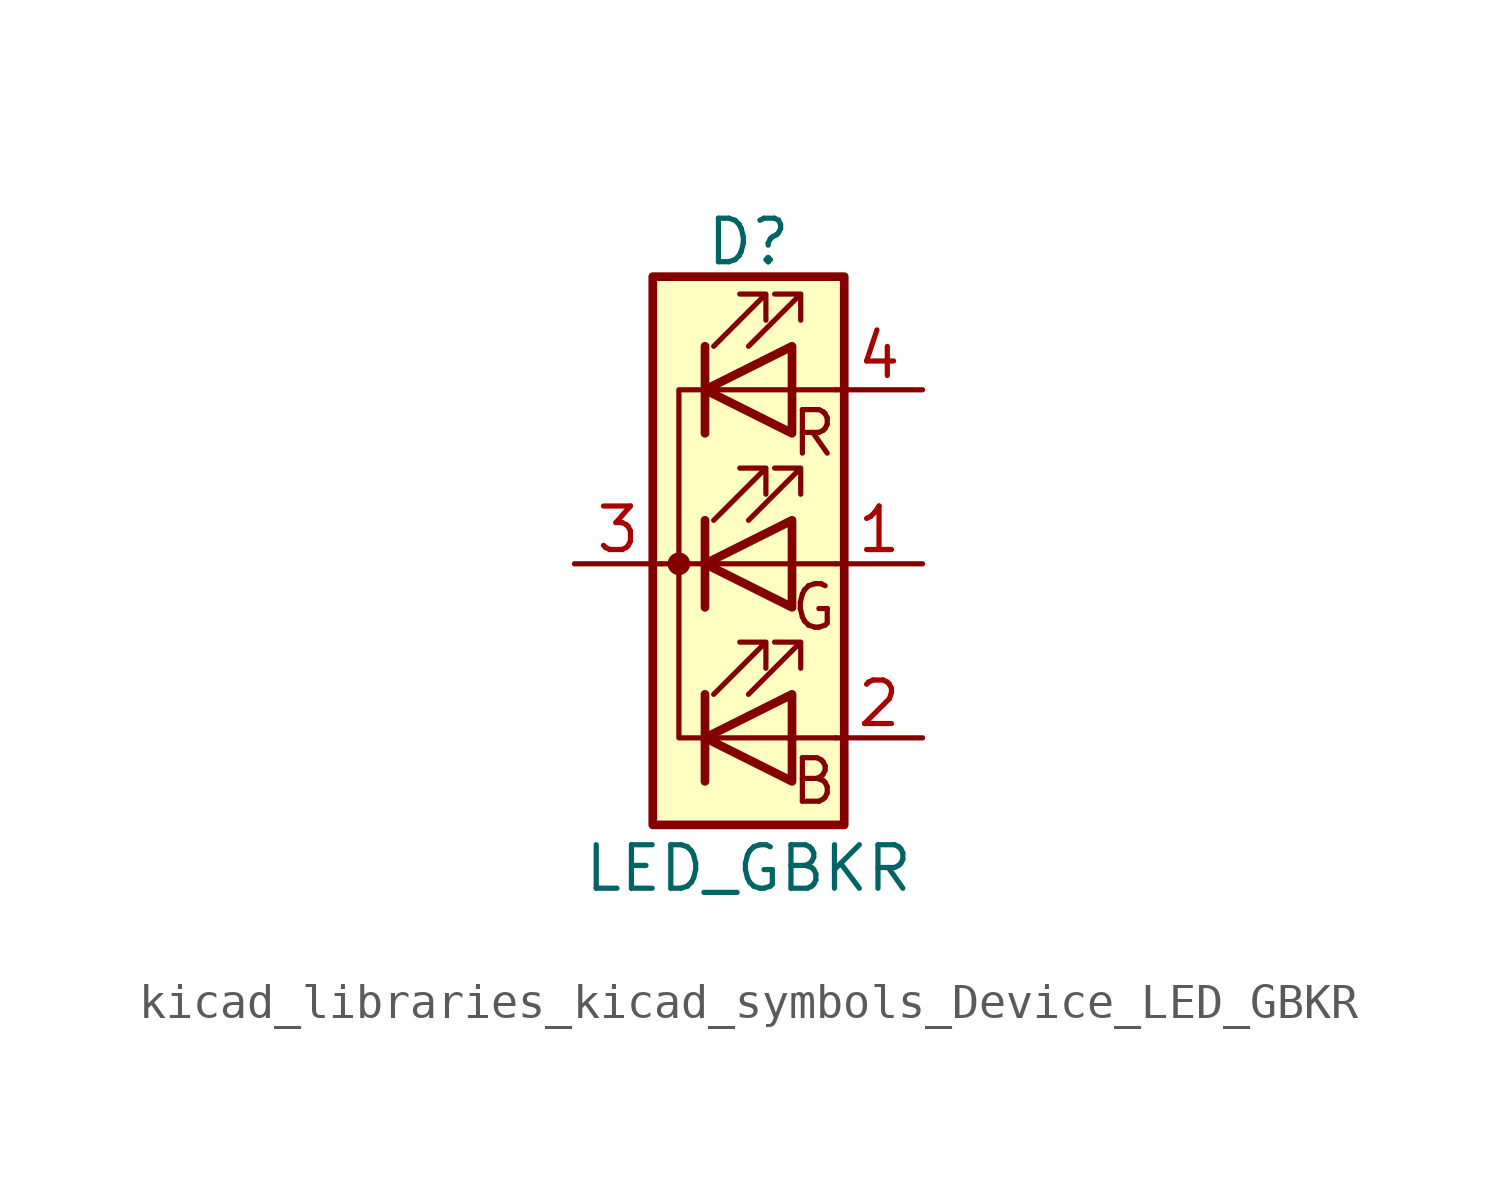
<source format=kicad_sym>
(kicad_symbol_lib
  (version 20220914)
  (generator kicad_symbol_editor)
  (symbol "kicad_libraries_kicad_symbols_Device_LED_GBKR"
    (pin_names
      (offset 0) hide)
    (property "Reference" "D"
      (at 0 9.398 0)
      (effects (font (size 1.27 1.27))))
    (property "Value" "LED_GBKR"
      (at 0 -8.89 0)
      (effects (font (size 1.27 1.27))))
    (symbol "kicad_libraries_kicad_symbols_Device_LED_GBKR_0_0"
      (text "B" (at 1.905 -6.35 0) (effects (font (size 1.27 1.27))))
      (text "G" (at 1.905 -1.27 0) (effects (font (size 1.27 1.27))))
      (text "R" (at 1.905 3.81 0) (effects (font (size 1.27 1.27)))))
    (symbol "kicad_libraries_kicad_symbols_Device_LED_GBKR_0_1"
      (circle (center -2.032 0) (radius 0.254) (stroke (width 0) (type default)) (fill (type outline)))
      (polyline (pts (xy -1.27 -5.08) (xy 1.27 -5.08)) (stroke (width 0) (type default)) (fill (type none)))
      (polyline (pts (xy -1.27 -3.81) (xy -1.27 -6.35)) (stroke (width 0.254) (type default)) (fill (type none)))
      (polyline (pts (xy -1.27 0) (xy -2.54 0)) (stroke (width 0) (type default)) (fill (type none)))
      (polyline (pts (xy -1.27 1.27) (xy -1.27 -1.27)) (stroke (width 0.254) (type default)) (fill (type none)))
      (polyline (pts (xy -1.27 5.08) (xy 1.27 5.08)) (stroke (width 0) (type default)) (fill (type none)))
      (polyline (pts (xy -1.27 6.35) (xy -1.27 3.81)) (stroke (width 0.254) (type default)) (fill (type none)))
      (polyline (pts (xy 1.27 -5.08) (xy 2.54 -5.08)) (stroke (width 0) (type default)) (fill (type none)))
      (polyline (pts (xy 1.27 0) (xy -1.27 0)) (stroke (width 0) (type default)) (fill (type none)))
      (polyline (pts (xy 1.27 0) (xy 2.54 0)) (stroke (width 0) (type default)) (fill (type none)))
      (polyline (pts (xy 1.27 5.08) (xy 2.54 5.08)) (stroke (width 0) (type default)) (fill (type none)))
      (polyline (pts (xy -1.27 1.27) (xy -1.27 -1.27) (xy -1.27 -1.27)) (stroke (width 0) (type default)) (fill (type none)))
      (polyline (pts (xy -1.27 6.35) (xy -1.27 3.81) (xy -1.27 3.81)) (stroke (width 0) (type default)) (fill (type none)))
      (polyline (pts (xy -1.27 5.08) (xy -2.032 5.08) (xy -2.032 -5.08) (xy -1.016 -5.08)) (stroke (width 0) (type default)) (fill (type none)))
      (polyline (pts (xy 1.27 -3.81) (xy 1.27 -6.35) (xy -1.27 -5.08) (xy 1.27 -3.81)) (stroke (width 0.254) (type default)) (fill (type none)))
      (polyline (pts (xy 1.27 1.27) (xy 1.27 -1.27) (xy -1.27 0) (xy 1.27 1.27)) (stroke (width 0.254) (type default)) (fill (type none)))
      (polyline (pts (xy 1.27 6.35) (xy 1.27 3.81) (xy -1.27 5.08) (xy 1.27 6.35)) (stroke (width 0.254) (type default)) (fill (type none)))
      (polyline (pts (xy -1.016 -3.81) (xy 0.508 -2.286) (xy -0.254 -2.286) (xy 0.508 -2.286) (xy 0.508 -3.048)) (stroke (width 0) (type default)) (fill (type none)))
      (polyline (pts (xy -1.016 1.27) (xy 0.508 2.794) (xy -0.254 2.794) (xy 0.508 2.794) (xy 0.508 2.032)) (stroke (width 0) (type default)) (fill (type none)))
      (polyline (pts (xy -1.016 6.35) (xy 0.508 7.874) (xy -0.254 7.874) (xy 0.508 7.874) (xy 0.508 7.112)) (stroke (width 0) (type default)) (fill (type none)))
      (polyline (pts (xy 0 -3.81) (xy 1.524 -2.286) (xy 0.762 -2.286) (xy 1.524 -2.286) (xy 1.524 -3.048)) (stroke (width 0) (type default)) (fill (type none)))
      (polyline (pts (xy 0 1.27) (xy 1.524 2.794) (xy 0.762 2.794) (xy 1.524 2.794) (xy 1.524 2.032)) (stroke (width 0) (type default)) (fill (type none)))
      (polyline (pts (xy 0 6.35) (xy 1.524 7.874) (xy 0.762 7.874) (xy 1.524 7.874) (xy 1.524 7.112)) (stroke (width 0) (type default)) (fill (type none)))
      (rectangle (start 1.27 -1.27) (end 1.27 1.27) (stroke (width 0) (type default)) (fill (type none)))
      (rectangle (start 1.27 1.27) (end 1.27 1.27) (stroke (width 0) (type default)) (fill (type none)))
      (rectangle (start 1.27 3.81) (end 1.27 6.35) (stroke (width 0) (type default)) (fill (type none)))
      (rectangle (start 1.27 6.35) (end 1.27 6.35) (stroke (width 0) (type default)) (fill (type none)))
      (rectangle (start 2.794 8.382) (end -2.794 -7.62) (stroke (width 0.254) (type default)) (fill (type background))))
    (symbol "kicad_libraries_kicad_symbols_Device_LED_GBKR_1_1"
      (pin passive line (at 5.08 0 180) (length 2.54) (name "GA" (effects (font (size 1.27 1.27)))) (number "1" (effects (font (size 1.27 1.27)))))
      (pin passive line (at 5.08 -5.08 180) (length 2.54) (name "BA" (effects (font (size 1.27 1.27)))) (number "2" (effects (font (size 1.27 1.27)))))
      (pin passive line (at -5.08 0 0) (length 2.54) (name "K" (effects (font (size 1.27 1.27)))) (number "3" (effects (font (size 1.27 1.27)))))
      (pin passive line (at 5.08 5.08 180) (length 2.54) (name "RA" (effects (font (size 1.27 1.27)))) (number "4" (effects (font (size 1.27 1.27))))))))
</source>
